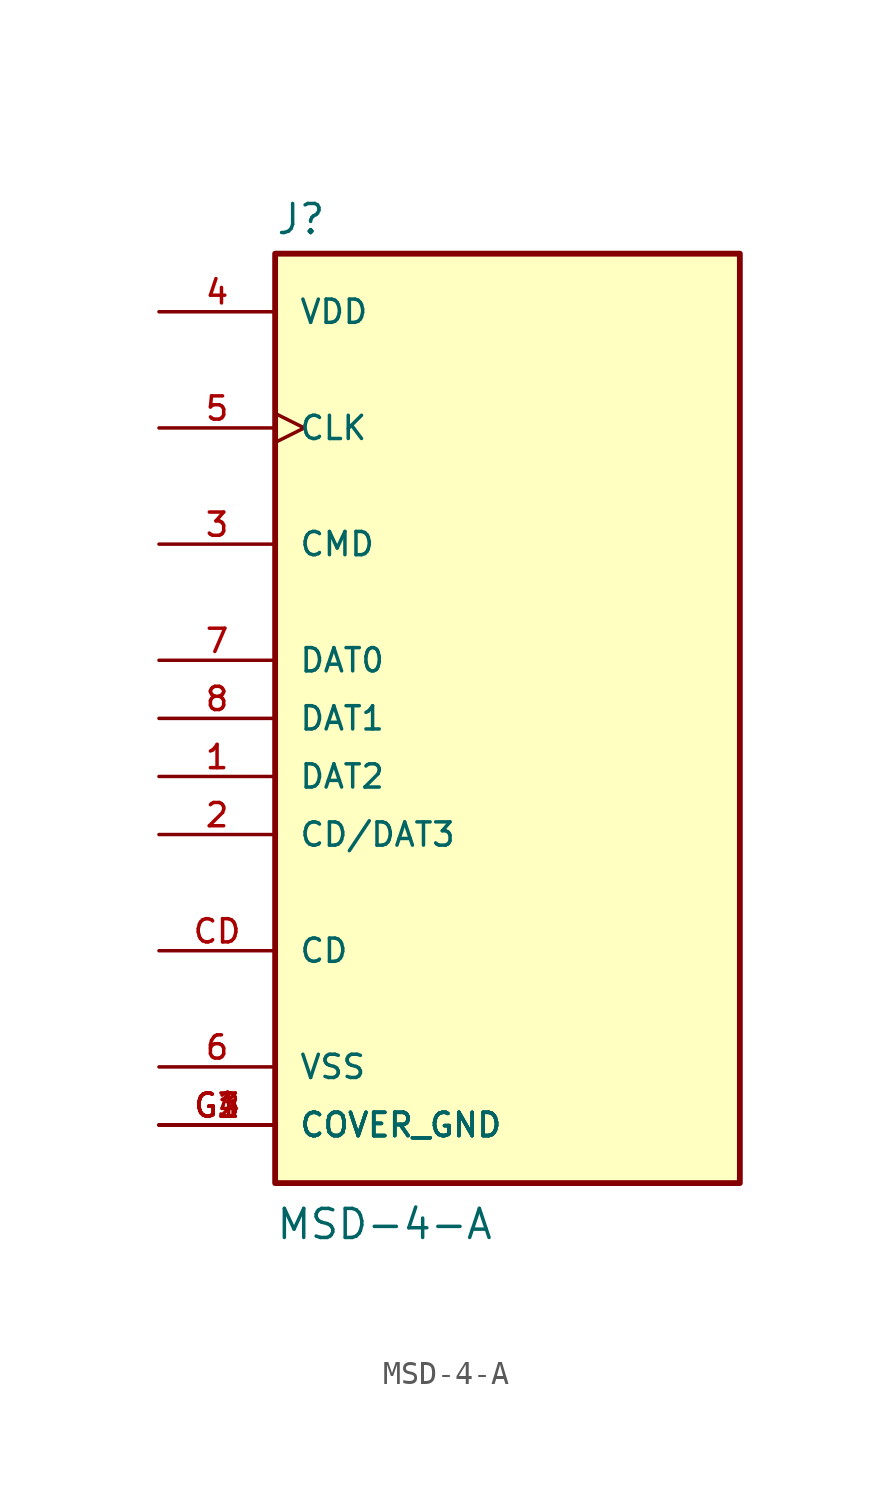
<source format=kicad_sym>
(kicad_symbol_lib
  (version 20211014)
  (generator kicad_symbol_editor)
  (symbol "MSD-4-A"
    (pin_names
      (offset 1.016))
    (property "Reference" "J"
      (at -10.16 21.082 0)
      (effects (font (size 1.27 1.27)) (justify bottom left)))
    (property "Value" "MSD-4-A"
      (at -10.16 -22.86 0)
      (effects (font (size 1.27 1.27)) (justify bottom left)))
    (symbol "MSD-4-A_0_0"
      (rectangle (start -10.16 -20.32) (end 10.16 20.32) (stroke (width 0.254)) (fill (type background)))
      (pin bidirectional line (at -15.24 -5.08 0) (length 5.08) (name "CD/DAT3" (effects (font (size 1.016 1.016)))) (number "2" (effects (font (size 1.016 1.016)))))
      (pin bidirectional line (at -15.24 7.62 0) (length 5.08) (name "CMD" (effects (font (size 1.016 1.016)))) (number "3" (effects (font (size 1.016 1.016)))))
      (pin power_in line (at -15.24 -15.24 0) (length 5.08) (name "VSS" (effects (font (size 1.016 1.016)))) (number "6" (effects (font (size 1.016 1.016)))))
      (pin power_in line (at -15.24 17.78 0) (length 5.08) (name "VDD" (effects (font (size 1.016 1.016)))) (number "4" (effects (font (size 1.016 1.016)))))
      (pin input clock (at -15.24 12.7 0) (length 5.08) (name "CLK" (effects (font (size 1.016 1.016)))) (number "5" (effects (font (size 1.016 1.016)))))
      (pin bidirectional line (at -15.24 2.54 0) (length 5.08) (name "DAT0" (effects (font (size 1.016 1.016)))) (number "7" (effects (font (size 1.016 1.016)))))
      (pin passive line (at -15.24 -10.16 0) (length 5.08) (name "CD" (effects (font (size 1.016 1.016)))) (number "CD" (effects (font (size 1.016 1.016)))))
      (pin bidirectional line (at -15.24 0.0 0) (length 5.08) (name "DAT1" (effects (font (size 1.016 1.016)))) (number "8" (effects (font (size 1.016 1.016)))))
      (pin bidirectional line (at -15.24 -2.54 0) (length 5.08) (name "DAT2" (effects (font (size 1.016 1.016)))) (number "1" (effects (font (size 1.016 1.016)))))
      (pin power_in line (at -15.24 -17.78 0) (length 5.08) (name "COVER_GND" (effects (font (size 1.016 1.016)))) (number "G1" (effects (font (size 1.016 1.016)))))
      (pin power_in line (at -15.24 -17.78 0) (length 5.08) (name "COVER_GND" (effects (font (size 1.016 1.016)))) (number "G2" (effects (font (size 1.016 1.016)))))
      (pin power_in line (at -15.24 -17.78 0) (length 5.08) (name "COVER_GND" (effects (font (size 1.016 1.016)))) (number "G3" (effects (font (size 1.016 1.016)))))
      (pin power_in line (at -15.24 -17.78 0) (length 5.08) (name "COVER_GND" (effects (font (size 1.016 1.016)))) (number "G4" (effects (font (size 1.016 1.016))))))))
</source>
